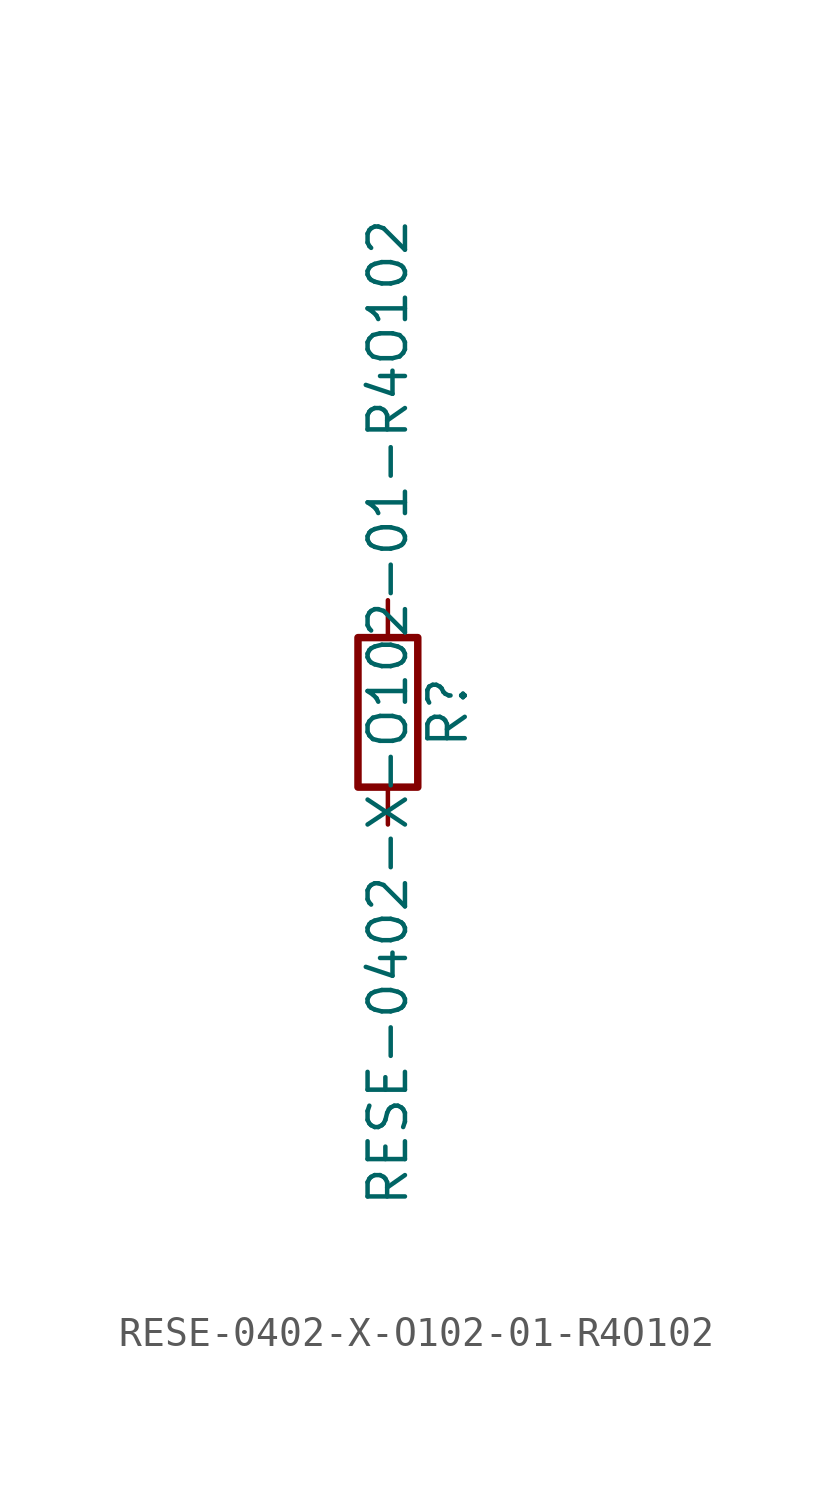
<source format=kicad_sym>
(kicad_symbol_lib
  (version 20211014)
  (generator kicad_symbol_editor)
  (symbol "RESE-0402-X-O102-01-R4O102"
    (pin_numbers hide)
    (pin_names
      (offset 0))
    (property "Reference" "R"
      (at 2.032 0 90)
      (effects (font (size 1.27 1.27))))
    (property "Value" "RESE-0402-X-O102-01-R4O102"
      (at 0 0 90)
      (effects (font (size 1.27 1.27))))
    (symbol "RESE-0402-X-O102-01-R4O102_0_1"
      (rectangle (start -1.016 -2.54) (end 1.016 2.54) (stroke (width 0.254) (type default) (color 0 0 0 0)) (fill (type none))))
    (symbol "RESE-0402-X-O102-01-R4O102_1_1"
      (pin passive line (at 0 3.81 270) (length 1.27) (name "~" (effects (font (size 1.27 1.27)))) (number "1" (effects (font (size 1.27 1.27)))))
      (pin passive line (at 0 -3.81 90) (length 1.27) (name "~" (effects (font (size 1.27 1.27)))) (number "2" (effects (font (size 1.27 1.27))))))))
</source>
